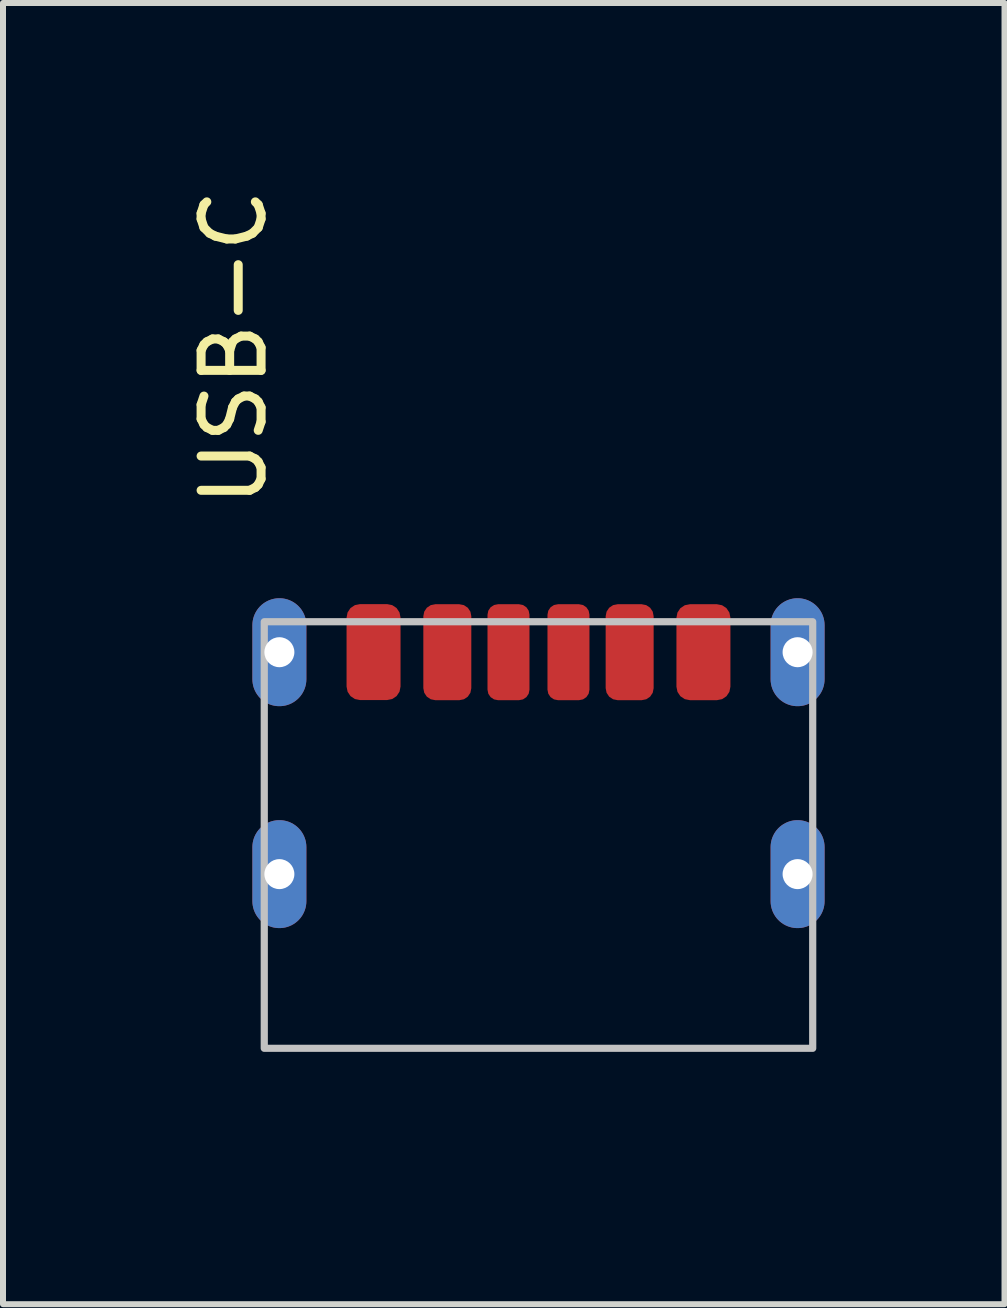
<source format=kicad_pcb>
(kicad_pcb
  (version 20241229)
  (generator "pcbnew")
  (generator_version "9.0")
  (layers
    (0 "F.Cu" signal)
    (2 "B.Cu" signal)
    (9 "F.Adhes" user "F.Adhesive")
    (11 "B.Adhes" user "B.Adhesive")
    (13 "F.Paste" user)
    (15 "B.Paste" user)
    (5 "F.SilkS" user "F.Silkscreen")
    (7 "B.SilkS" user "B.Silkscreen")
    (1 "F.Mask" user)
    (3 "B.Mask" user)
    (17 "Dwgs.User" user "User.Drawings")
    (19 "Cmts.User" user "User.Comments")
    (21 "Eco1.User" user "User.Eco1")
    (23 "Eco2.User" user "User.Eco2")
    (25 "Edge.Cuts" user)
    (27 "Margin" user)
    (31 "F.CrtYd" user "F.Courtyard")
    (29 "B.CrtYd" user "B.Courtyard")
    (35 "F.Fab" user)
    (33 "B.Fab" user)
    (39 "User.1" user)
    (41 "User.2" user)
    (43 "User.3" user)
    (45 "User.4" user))
  (footprint "USB-C"
    (layer "F.Cu")
    (at 5.928 15.444)
    (property "Reference" "USB-C" (at -5.08 -12.7 90) (unlocked yes) (layer "F.SilkS") (effects (font (size 1 1) (thickness 0.15))))
    (attr smd)
    (fp_rect (start -4.572 -8.128) (end 4.572 -1.016) (stroke (width 0.12) (type solid)) (fill no) (layer "Dwgs.User"))
    (pad "" np_thru_hole oval (at -4.32 -7.62) (size 0.9 1.8) (drill 0.5) (layers "*.Cu" "*.Mask"))
    (pad "" np_thru_hole oval (at -4.32 -3.92) (size 0.9 1.8) (drill 0.5) (layers "*.Cu" "*.Mask"))
    (pad "" np_thru_hole oval (at 4.32 -7.62) (size 0.9 1.8) (drill 0.5) (layers "*.Cu" "*.Mask"))
    (pad "" np_thru_hole oval (at 4.32 -3.92) (size 0.9 1.8) (drill 0.5) (layers "*.Cu" "*.Mask"))
    (pad "1" smd roundrect (at -2.75 -7.622) (size 0.9 1.6) (layers "F.Cu" "F.Mask" "F.Paste") (roundrect_rratio 0.25))
    (pad "2" smd roundrect (at -1.52 -7.62) (size 0.8 1.6) (layers "F.Cu" "F.Mask" "F.Paste") (roundrect_rratio 0.25))
    (pad "3" smd roundrect (at -0.5 -7.62) (size 0.7 1.6) (layers "F.Cu" "F.Mask" "F.Paste") (roundrect_rratio 0.25))
    (pad "4" smd roundrect (at 0.5 -7.62) (size 0.7 1.6) (layers "F.Cu" "F.Mask" "F.Paste") (roundrect_rratio 0.25))
    (pad "5" smd roundrect (at 1.52 -7.62) (size 0.8 1.6) (layers "F.Cu" "F.Mask" "F.Paste") (roundrect_rratio 0.25))
    (pad "6" smd roundrect (at 2.75 -7.62) (size 0.9 1.6) (layers "F.Cu" "F.Mask" "F.Paste") (roundrect_rratio 0.25)))
  (gr_rect
    (start -3 -3)
    (end 13.698 18.694)
    (stroke (width 0.1) (type default))
    (fill no)
    (layer "Edge.Cuts")))
</source>
